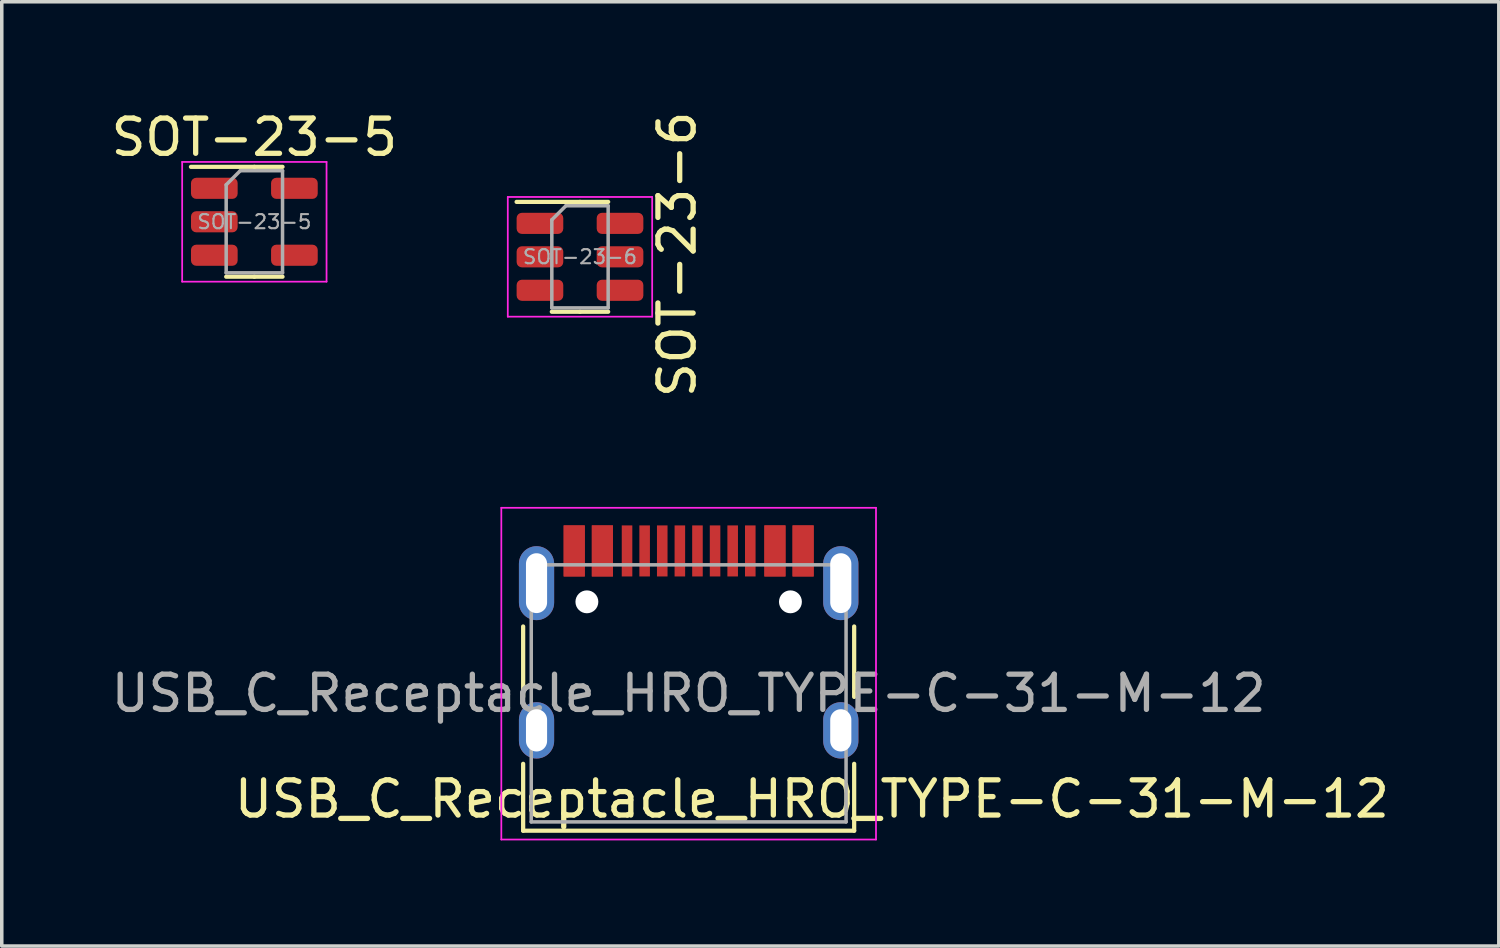
<source format=kicad_pcb>
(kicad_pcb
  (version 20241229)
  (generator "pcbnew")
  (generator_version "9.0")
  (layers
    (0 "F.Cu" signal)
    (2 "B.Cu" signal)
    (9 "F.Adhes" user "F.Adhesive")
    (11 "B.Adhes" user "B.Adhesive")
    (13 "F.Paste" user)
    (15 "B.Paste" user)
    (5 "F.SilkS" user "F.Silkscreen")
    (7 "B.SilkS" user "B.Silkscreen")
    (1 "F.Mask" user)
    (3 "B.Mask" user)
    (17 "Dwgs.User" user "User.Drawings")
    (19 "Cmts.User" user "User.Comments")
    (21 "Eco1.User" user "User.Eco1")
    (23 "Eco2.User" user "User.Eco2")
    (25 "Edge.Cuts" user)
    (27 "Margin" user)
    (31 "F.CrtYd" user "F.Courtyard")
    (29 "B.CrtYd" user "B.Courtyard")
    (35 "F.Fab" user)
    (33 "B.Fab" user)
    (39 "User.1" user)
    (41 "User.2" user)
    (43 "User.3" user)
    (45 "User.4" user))
  (footprint "USB_C_Receptacle_HRO_TYPE-C-31-M-12"
    (layer "F.Cu")
    (at 16.506 16.64)
    (property "Reference" "USB_C_Receptacle_HRO_TYPE-C-31-M-12" (at 3.5 3 180) (layer "F.SilkS") (effects (font (size 1 1) (thickness 0.15))))
    (attr smd)
    (fp_line (start -4.7 -1.9) (end -4.7 0.1) (stroke (width 0.12) (type solid)) (layer "F.SilkS"))
    (fp_line (start -4.7 2) (end -4.7 3.9) (stroke (width 0.12) (type solid)) (layer "F.SilkS"))
    (fp_line (start -4.7 3.9) (end 4.7 3.9) (stroke (width 0.12) (type solid)) (layer "F.SilkS"))
    (fp_line (start 4.7 -1.9) (end 4.7 0.1) (stroke (width 0.12) (type solid)) (layer "F.SilkS"))
    (fp_line (start 4.7 2) (end 4.7 3.9) (stroke (width 0.12) (type solid)) (layer "F.SilkS"))
    (fp_line (start -5.32 -5.27) (end -5.32 4.15) (stroke (width 0.05) (type solid)) (layer "F.CrtYd"))
    (fp_line (start -5.32 -5.27) (end 5.32 -5.27) (stroke (width 0.05) (type solid)) (layer "F.CrtYd"))
    (fp_line (start -5.32 4.15) (end 5.32 4.15) (stroke (width 0.05) (type solid)) (layer "F.CrtYd"))
    (fp_line (start 5.32 -5.27) (end 5.32 4.15) (stroke (width 0.05) (type solid)) (layer "F.CrtYd"))
    (fp_line (start -4.47 -3.65) (end -4.47 3.65) (stroke (width 0.1) (type solid)) (layer "F.Fab"))
    (fp_line (start -4.47 -3.65) (end 4.47 -3.65) (stroke (width 0.1) (type solid)) (layer "F.Fab"))
    (fp_line (start -4.47 3.65) (end 4.47 3.65) (stroke (width 0.1) (type solid)) (layer "F.Fab"))
    (fp_line (start 4.47 -3.65) (end 4.47 3.65) (stroke (width 0.1) (type solid)) (layer "F.Fab"))
    (fp_text user "${REFERENCE}" (at 0 0 180) (layer "F.Fab") (effects (font (size 1 1) (thickness 0.15))))
    (pad "" np_thru_hole circle (at -2.89 -2.6) (size 0.65 0.65) (drill 0.65) (layers "*.Cu" "*.Mask"))
    (pad "" np_thru_hole circle (at 2.89 -2.6) (size 0.65 0.65) (drill 0.65) (layers "*.Cu" "*.Mask"))
    (pad "A1" smd rect (at -3.25 -4.045) (size 0.6 1.45) (layers "F.Cu" "F.Mask" "F.Paste"))
    (pad "A4" smd rect (at -2.45 -4.045) (size 0.6 1.45) (layers "F.Cu" "F.Mask" "F.Paste"))
    (pad "A5" smd rect (at -1.25 -4.045) (size 0.3 1.45) (layers "F.Cu" "F.Mask" "F.Paste"))
    (pad "A6" smd rect (at -0.25 -4.045) (size 0.3 1.45) (layers "F.Cu" "F.Mask" "F.Paste"))
    (pad "A7" smd rect (at 0.25 -4.045) (size 0.3 1.45) (layers "F.Cu" "F.Mask" "F.Paste"))
    (pad "A8" smd rect (at 1.25 -4.045) (size 0.3 1.45) (layers "F.Cu" "F.Mask" "F.Paste"))
    (pad "A9" smd rect (at 2.45 -4.045) (size 0.6 1.45) (layers "F.Cu" "F.Mask" "F.Paste"))
    (pad "A12" smd rect (at 3.25 -4.045) (size 0.6 1.45) (layers "F.Cu" "F.Mask" "F.Paste"))
    (pad "B1" smd rect (at 3.25 -4.045) (size 0.6 1.45) (layers "F.Cu" "F.Mask" "F.Paste"))
    (pad "B4" smd rect (at 2.45 -4.045) (size 0.6 1.45) (layers "F.Cu" "F.Mask" "F.Paste"))
    (pad "B5" smd rect (at 1.75 -4.045) (size 0.3 1.45) (layers "F.Cu" "F.Mask" "F.Paste"))
    (pad "B6" smd rect (at 0.75 -4.045) (size 0.3 1.45) (layers "F.Cu" "F.Mask" "F.Paste"))
    (pad "B7" smd rect (at -0.75 -4.045) (size 0.3 1.45) (layers "F.Cu" "F.Mask" "F.Paste"))
    (pad "B8" smd rect (at -1.75 -4.045) (size 0.3 1.45) (layers "F.Cu" "F.Mask" "F.Paste"))
    (pad "B9" smd rect (at -2.45 -4.045) (size 0.6 1.45) (layers "F.Cu" "F.Mask" "F.Paste"))
    (pad "B12" smd rect (at -3.25 -4.045) (size 0.6 1.45) (layers "F.Cu" "F.Mask" "F.Paste"))
    (pad "S1" thru_hole oval (at -4.32 -3.13) (size 1 2.1) (drill oval 0.6 1.7) (layers "*.Cu" "*.Mask"))
    (pad "S1" thru_hole oval (at -4.32 1.05) (size 1 1.6) (drill oval 0.6 1.2) (layers "*.Cu" "*.Mask"))
    (pad "S1" thru_hole oval (at 4.32 -3.13) (size 1 2.1) (drill oval 0.6 1.7) (layers "*.Cu" "*.Mask"))
    (pad "S1" thru_hole oval (at 4.32 1.05) (size 1 1.6) (drill oval 0.6 1.2) (layers "*.Cu" "*.Mask")))
  (footprint "SOT-23-5"
    (layer "F.Cu")
    (at 4.173 3.248)
    (property "Reference" "SOT-23-5" (at 0 -2.4 0) (layer "F.SilkS") (effects (font (size 1 1) (thickness 0.15))))
    (attr smd)
    (fp_line (start 0 -1.56) (end -1.8 -1.56) (stroke (width 0.12) (type solid)) (layer "F.SilkS"))
    (fp_line (start 0 -1.56) (end 0.8 -1.56) (stroke (width 0.12) (type solid)) (layer "F.SilkS"))
    (fp_line (start 0 1.56) (end -0.8 1.56) (stroke (width 0.12) (type solid)) (layer "F.SilkS"))
    (fp_line (start 0 1.56) (end 0.8 1.56) (stroke (width 0.12) (type solid)) (layer "F.SilkS"))
    (fp_line (start -2.05 -1.7) (end -2.05 1.7) (stroke (width 0.05) (type solid)) (layer "F.CrtYd"))
    (fp_line (start -2.05 1.7) (end 2.05 1.7) (stroke (width 0.05) (type solid)) (layer "F.CrtYd"))
    (fp_line (start 2.05 -1.7) (end -2.05 -1.7) (stroke (width 0.05) (type solid)) (layer "F.CrtYd"))
    (fp_line (start 2.05 1.7) (end 2.05 -1.7) (stroke (width 0.05) (type solid)) (layer "F.CrtYd"))
    (fp_line (start -0.8 -1.05) (end -0.4 -1.45) (stroke (width 0.1) (type solid)) (layer "F.Fab"))
    (fp_line (start -0.8 1.45) (end -0.8 -1.05) (stroke (width 0.1) (type solid)) (layer "F.Fab"))
    (fp_line (start -0.4 -1.45) (end 0.8 -1.45) (stroke (width 0.1) (type solid)) (layer "F.Fab"))
    (fp_line (start 0.8 -1.45) (end 0.8 1.45) (stroke (width 0.1) (type solid)) (layer "F.Fab"))
    (fp_line (start 0.8 1.45) (end -0.8 1.45) (stroke (width 0.1) (type solid)) (layer "F.Fab"))
    (fp_text user "${REFERENCE}" (at 0 0 0) (layer "F.Fab") (effects (font (size 0.4 0.4) (thickness 0.06))))
    (pad "1" smd roundrect (at -1.137 -0.95) (size 1.325 0.6) (layers "F.Cu" "F.Mask" "F.Paste") (roundrect_rratio 0.25))
    (pad "2" smd roundrect (at -1.137 0) (size 1.325 0.6) (layers "F.Cu" "F.Mask" "F.Paste") (roundrect_rratio 0.25))
    (pad "3" smd roundrect (at -1.137 0.95) (size 1.325 0.6) (layers "F.Cu" "F.Mask" "F.Paste") (roundrect_rratio 0.25))
    (pad "4" smd roundrect (at 1.137 0.95) (size 1.325 0.6) (layers "F.Cu" "F.Mask" "F.Paste") (roundrect_rratio 0.25))
    (pad "5" smd roundrect (at 1.137 -0.95) (size 1.325 0.6) (layers "F.Cu" "F.Mask" "F.Paste") (roundrect_rratio 0.25)))
  (footprint "SOT-23-6"
    (layer "F.Cu")
    (at 13.42 4.243)
    (property "Reference" "SOT-23-6" (at 2.758 -0.071 90) (layer "F.SilkS") (effects (font (size 1 1) (thickness 0.15))))
    (attr smd)
    (fp_line (start 0 -1.56) (end -1.8 -1.56) (stroke (width 0.12) (type solid)) (layer "F.SilkS"))
    (fp_line (start 0 -1.56) (end 0.8 -1.56) (stroke (width 0.12) (type solid)) (layer "F.SilkS"))
    (fp_line (start 0 1.56) (end -0.8 1.56) (stroke (width 0.12) (type solid)) (layer "F.SilkS"))
    (fp_line (start 0 1.56) (end 0.8 1.56) (stroke (width 0.12) (type solid)) (layer "F.SilkS"))
    (fp_line (start -2.05 -1.7) (end -2.05 1.7) (stroke (width 0.05) (type solid)) (layer "F.CrtYd"))
    (fp_line (start -2.05 1.7) (end 2.05 1.7) (stroke (width 0.05) (type solid)) (layer "F.CrtYd"))
    (fp_line (start 2.05 -1.7) (end -2.05 -1.7) (stroke (width 0.05) (type solid)) (layer "F.CrtYd"))
    (fp_line (start 2.05 1.7) (end 2.05 -1.7) (stroke (width 0.05) (type solid)) (layer "F.CrtYd"))
    (fp_line (start -0.8 -1.05) (end -0.4 -1.45) (stroke (width 0.1) (type solid)) (layer "F.Fab"))
    (fp_line (start -0.8 1.45) (end -0.8 -1.05) (stroke (width 0.1) (type solid)) (layer "F.Fab"))
    (fp_line (start -0.4 -1.45) (end 0.8 -1.45) (stroke (width 0.1) (type solid)) (layer "F.Fab"))
    (fp_line (start 0.8 -1.45) (end 0.8 1.45) (stroke (width 0.1) (type solid)) (layer "F.Fab"))
    (fp_line (start 0.8 1.45) (end -0.8 1.45) (stroke (width 0.1) (type solid)) (layer "F.Fab"))
    (fp_text user "${REFERENCE}" (at 0 0 0) (layer "F.Fab") (effects (font (size 0.4 0.4) (thickness 0.06))))
    (pad "1" smd roundrect (at -1.137 -0.95 180) (size 1.325 0.6) (layers "F.Cu" "F.Mask" "F.Paste") (roundrect_rratio 0.25))
    (pad "2" smd roundrect (at -1.137 0 180) (size 1.325 0.6) (layers "F.Cu" "F.Mask" "F.Paste") (roundrect_rratio 0.25))
    (pad "3" smd roundrect (at -1.137 0.95 180) (size 1.325 0.6) (layers "F.Cu" "F.Mask" "F.Paste") (roundrect_rratio 0.25))
    (pad "4" smd roundrect (at 1.137 0.95 180) (size 1.325 0.6) (layers "F.Cu" "F.Mask" "F.Paste") (roundrect_rratio 0.25))
    (pad "5" smd roundrect (at 1.137 0 180) (size 1.325 0.6) (layers "F.Cu" "F.Mask" "F.Paste") (roundrect_rratio 0.25))
    (pad "6" smd roundrect (at 1.137 -0.95 180) (size 1.325 0.6) (layers "F.Cu" "F.Mask" "F.Paste") (roundrect_rratio 0.25)))
  (gr_rect
    (start -3 -3)
    (end 39.512 23.815)
    (stroke (width 0.1) (type default))
    (fill no)
    (layer "Edge.Cuts")))
</source>
